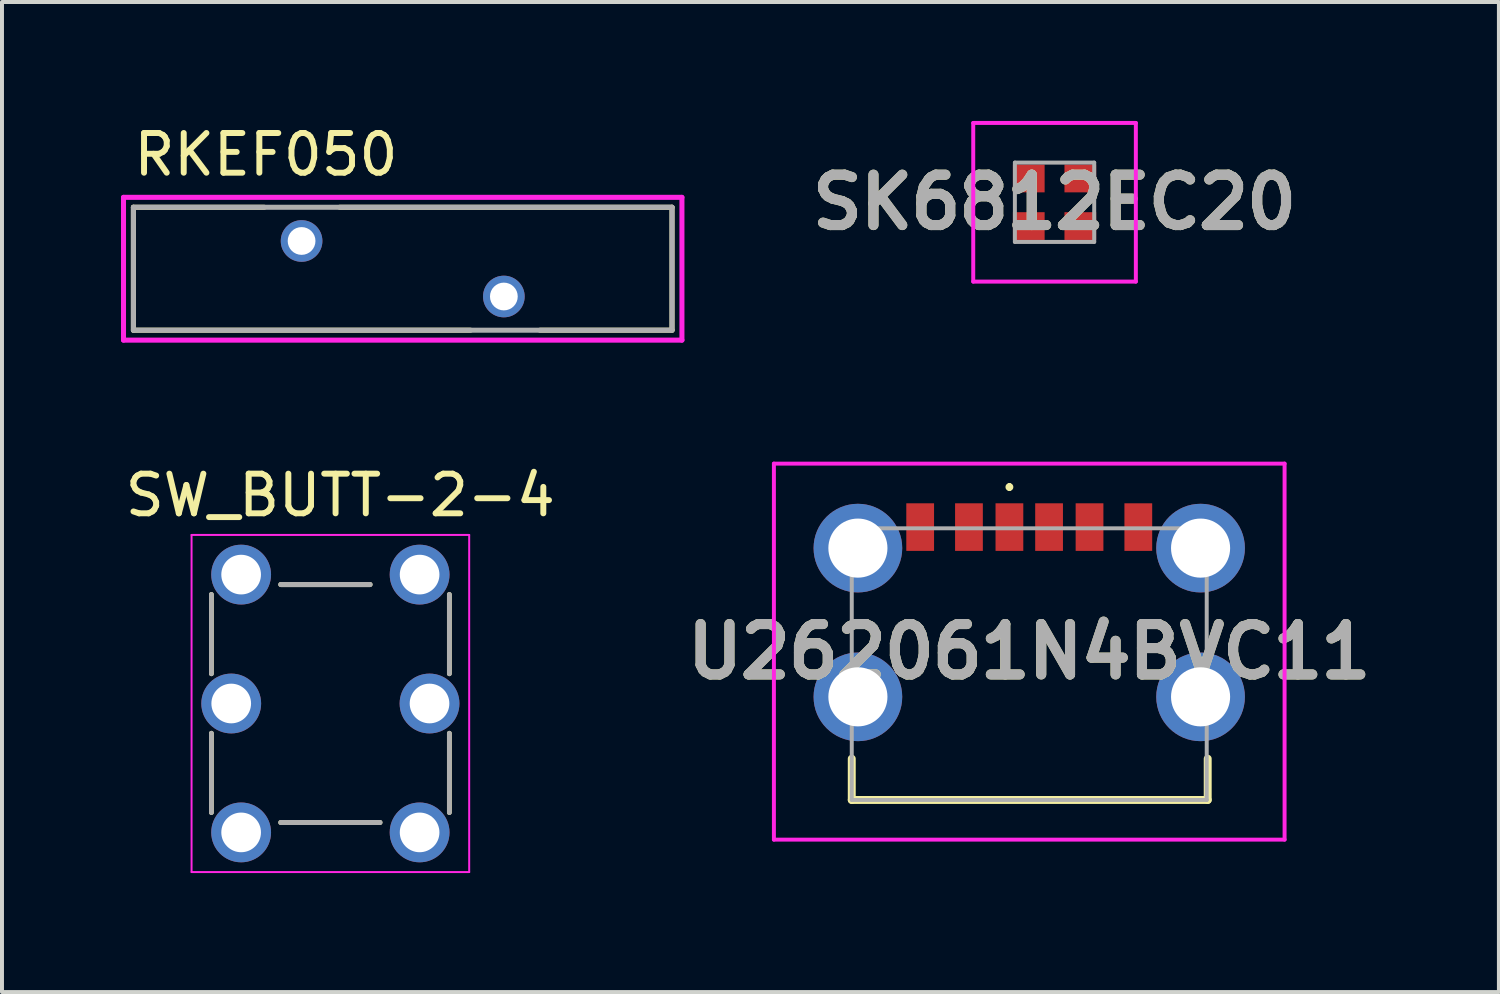
<source format=kicad_pcb>
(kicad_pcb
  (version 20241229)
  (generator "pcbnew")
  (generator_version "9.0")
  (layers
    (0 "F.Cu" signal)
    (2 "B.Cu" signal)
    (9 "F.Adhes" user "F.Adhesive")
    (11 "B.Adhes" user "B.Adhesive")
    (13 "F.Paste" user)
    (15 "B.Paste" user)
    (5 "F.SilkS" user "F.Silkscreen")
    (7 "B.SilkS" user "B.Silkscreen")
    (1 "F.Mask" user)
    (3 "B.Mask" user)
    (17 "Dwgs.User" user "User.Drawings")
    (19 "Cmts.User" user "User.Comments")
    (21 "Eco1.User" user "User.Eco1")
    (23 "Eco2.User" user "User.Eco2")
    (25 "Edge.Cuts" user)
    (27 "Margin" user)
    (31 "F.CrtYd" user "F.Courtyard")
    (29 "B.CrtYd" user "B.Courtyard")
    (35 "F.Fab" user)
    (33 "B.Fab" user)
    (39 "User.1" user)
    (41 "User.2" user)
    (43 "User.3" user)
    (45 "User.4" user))
  (footprint "U262061N4BVC11"
    (layer "F.Cu")
    (at 22.901 13.68)
    (property "Reference" "U262061N4BVC11" (at 0 -0.3 0) (layer "F.SilkS") (effects (font (size 1.27 1.27) (thickness 0.254))))
    (attr through_hole)
    (fp_line (start -4.475 2.4) (end -4.475 3.44) (stroke (width 0.2) (type solid)) (layer "F.SilkS"))
    (fp_line (start -4.475 3.44) (end 4.5 3.44) (stroke (width 0.2) (type solid)) (layer "F.SilkS"))
    (fp_line (start -0.5 -4.5) (end -0.5 -4.5) (stroke (width 0.1) (type solid)) (layer "F.SilkS"))
    (fp_line (start -0.5 -4.4) (end -0.5 -4.4) (stroke (width 0.1) (type solid)) (layer "F.SilkS"))
    (fp_line (start 4.5 3.44) (end 4.5 2.4) (stroke (width 0.2) (type solid)) (layer "F.SilkS"))
    (fp_arc (start -0.5 -4.5) (mid -0.45 -4.45) (end -0.5 -4.4) (stroke (width 0.1) (type solid)) (layer "F.SilkS"))
    (fp_arc (start -0.5 -4.4) (mid -0.55 -4.45) (end -0.5 -4.5) (stroke (width 0.1) (type solid)) (layer "F.SilkS"))
    (fp_line (start -6.438 -5.04) (end 6.438 -5.04) (stroke (width 0.1) (type solid)) (layer "F.CrtYd"))
    (fp_line (start -6.438 4.44) (end -6.438 -5.04) (stroke (width 0.1) (type solid)) (layer "F.CrtYd"))
    (fp_line (start 6.438 -5.04) (end 6.438 4.44) (stroke (width 0.1) (type solid)) (layer "F.CrtYd"))
    (fp_line (start 6.438 4.44) (end -6.438 4.44) (stroke (width 0.1) (type solid)) (layer "F.CrtYd"))
    (fp_line (start -4.475 -3.41) (end 4.475 -3.41) (stroke (width 0.1) (type solid)) (layer "F.Fab"))
    (fp_line (start -4.475 3.44) (end -4.475 -3.41) (stroke (width 0.1) (type solid)) (layer "F.Fab"))
    (fp_line (start 4.475 -3.41) (end 4.475 3.44) (stroke (width 0.1) (type solid)) (layer "F.Fab"))
    (fp_line (start 4.475 3.44) (end -4.475 3.44) (stroke (width 0.1) (type solid)) (layer "F.Fab"))
    (fp_text user "${REFERENCE}" (at 0 -0.3 0) (layer "F.Fab") (effects (font (size 1.27 1.27) (thickness 0.254))))
    (pad "A5" smd rect (at -0.5 -3.44) (size 0.7 1.2) (layers "F.Cu" "F.Mask" "F.Paste"))
    (pad "A9" smd rect (at 1.52 -3.44) (size 0.7 1.2) (layers "F.Cu" "F.Mask" "F.Paste"))
    (pad "A12" smd rect (at 2.75 -3.44) (size 0.7 1.2) (layers "F.Cu" "F.Mask" "F.Paste"))
    (pad "B5" smd rect (at -2.75 -3.44) (size 0.7 1.2) (layers "F.Cu" "F.Mask" "F.Paste"))
    (pad "B9" smd rect (at -1.52 -3.44) (size 0.7 1.2) (layers "F.Cu" "F.Mask" "F.Paste"))
    (pad "B12" smd rect (at 0.5 -3.44) (size 0.7 1.2) (layers "F.Cu" "F.Mask" "F.Paste"))
    (pad "MH1" thru_hole circle (at -4.32 -2.91) (size 2.235 2.235) (drill 1.49) (layers "*.Cu" "*.Mask"))
    (pad "MH2" thru_hole circle (at 4.32 -2.91) (size 2.235 2.235) (drill 1.49) (layers "*.Cu" "*.Mask"))
    (pad "MH3" thru_hole circle (at -4.32 0.84) (size 2.235 2.235) (drill 1.49) (layers "*.Cu" "*.Mask"))
    (pad "MH4" thru_hole circle (at 4.32 0.84) (size 2.235 2.235) (drill 1.49) (layers "*.Cu" "*.Mask")))
  (footprint "RKEF050"
    (layer "F.Cu")
    (at 7.104 3.726)
    (property "Reference" "RKEF050" (at -3.448 -2.877 0) (layer "F.SilkS") (effects (font (size 1.001 1.001) (thickness 0.15))))
    (attr through_hole)
    (fp_line (start -6.79 -1.55) (end -6.79 1.55) (stroke (width 0.127) (type solid)) (layer "F.SilkS"))
    (fp_line (start -6.79 -1.55) (end -3.49 -1.55) (stroke (width 0.127) (type solid)) (layer "F.SilkS"))
    (fp_line (start -6.79 1.55) (end 1.71 1.55) (stroke (width 0.127) (type solid)) (layer "F.SilkS"))
    (fp_line (start -1.59 -1.55) (end 6.79 -1.55) (stroke (width 0.127) (type solid)) (layer "F.SilkS"))
    (fp_line (start 3.46 1.55) (end 6.79 1.55) (stroke (width 0.127) (type solid)) (layer "F.SilkS"))
    (fp_line (start 6.79 -1.55) (end 6.79 1.55) (stroke (width 0.127) (type solid)) (layer "F.SilkS"))
    (fp_line (start -7.04 -1.8) (end 7.04 -1.8) (stroke (width 0.127) (type solid)) (layer "F.CrtYd"))
    (fp_line (start -7.04 1.8) (end -7.04 -1.8) (stroke (width 0.127) (type solid)) (layer "F.CrtYd"))
    (fp_line (start 7.04 -1.8) (end 7.04 1.8) (stroke (width 0.127) (type solid)) (layer "F.CrtYd"))
    (fp_line (start 7.04 1.8) (end -7.04 1.8) (stroke (width 0.127) (type solid)) (layer "F.CrtYd"))
    (fp_line (start -6.79 -1.55) (end -6.79 1.55) (stroke (width 0.127) (type solid)) (layer "F.Fab"))
    (fp_line (start -6.79 1.55) (end 6.79 1.55) (stroke (width 0.127) (type solid)) (layer "F.Fab"))
    (fp_line (start 6.79 -1.55) (end -6.79 -1.55) (stroke (width 0.127) (type solid)) (layer "F.Fab"))
    (fp_line (start 6.79 -1.55) (end 6.79 1.55) (stroke (width 0.127) (type solid)) (layer "F.Fab"))
    (pad "1" thru_hole circle (at -2.55 -0.7) (size 1.05 1.05) (drill 0.7) (layers "*.Cu" "*.Mask"))
    (pad "2" thru_hole circle (at 2.55 0.7) (size 1.05 1.05) (drill 0.7) (layers "*.Cu" "*.Mask")))
  (footprint "SW_BUTT-2-4"
    (layer "F.Cu")
    (at 5.28 14.688)
    (property "Reference" "SW_BUTT-2-4" (at 0.25 -5.25 0) (layer "F.SilkS") (effects (font (size 1 1) (thickness 0.15))))
    (attr through_hole)
    (fp_line (start -3 -2.75) (end -3 -0.75) (stroke (width 0.12) (type solid)) (layer "F.SilkS"))
    (fp_line (start -3 0.75) (end -3 2.75) (stroke (width 0.12) (type solid)) (layer "F.SilkS"))
    (fp_line (start -1.25 -3) (end 1 -3) (stroke (width 0.127) (type solid)) (layer "F.SilkS"))
    (fp_line (start 1.25 3) (end -1.25 3) (stroke (width 0.127) (type solid)) (layer "F.SilkS"))
    (fp_line (start 3 -2.75) (end 3 -0.75) (stroke (width 0.12) (type solid)) (layer "F.SilkS"))
    (fp_line (start 3 0.75) (end 3 2.75) (stroke (width 0.12) (type solid)) (layer "F.SilkS"))
    (fp_line (start -3.5 -4.25) (end 3.5 -4.25) (stroke (width 0.05) (type solid)) (layer "F.CrtYd"))
    (fp_line (start -3.5 4.25) (end -3.5 -4.25) (stroke (width 0.05) (type solid)) (layer "F.CrtYd"))
    (fp_line (start 3.5 -4.25) (end 3.5 4.25) (stroke (width 0.05) (type solid)) (layer "F.CrtYd"))
    (fp_line (start 3.5 4.25) (end -3.5 4.25) (stroke (width 0.05) (type solid)) (layer "F.CrtYd"))
    (fp_line (start -3 -2.75) (end -3 -0.75) (stroke (width 0.12) (type solid)) (layer "F.Fab"))
    (fp_line (start -3 0.75) (end -3 2.75) (stroke (width 0.12) (type solid)) (layer "F.Fab"))
    (fp_line (start -1.25 3) (end 1.25 3) (stroke (width 0.127) (type solid)) (layer "F.Fab"))
    (fp_line (start 1 -3) (end -1.25 -3) (stroke (width 0.127) (type solid)) (layer "F.Fab"))
    (fp_line (start 3 -2.75) (end 3 -0.75) (stroke (width 0.12) (type solid)) (layer "F.Fab"))
    (fp_line (start 3 0.75) (end 3 2.75) (stroke (width 0.12) (type solid)) (layer "F.Fab"))
    (pad "1" thru_hole circle (at -2.5 0) (size 1.508 1.508) (drill 1) (layers "*.Cu" "*.Mask"))
    (pad "1" thru_hole circle (at -2.25 -3.25 90) (size 1.508 1.508) (drill 1) (layers "*.Cu" "*.Mask"))
    (pad "1" thru_hole circle (at -2.25 3.25 90) (size 1.508 1.508) (drill 1) (layers "*.Cu" "*.Mask"))
    (pad "2" thru_hole circle (at 2.25 -3.25 90) (size 1.508 1.508) (drill 1) (layers "*.Cu" "*.Mask"))
    (pad "2" thru_hole circle (at 2.25 3.25 90) (size 1.508 1.508) (drill 1) (layers "*.Cu" "*.Mask"))
    (pad "2" thru_hole circle (at 2.5 0) (size 1.508 1.508) (drill 1) (layers "*.Cu" "*.Mask")))
  (footprint "SK6812EC20"
    (layer "F.Cu")
    (at 23.539 2.05)
    (property "Reference" "SK6812EC20" (at 0 0 0) (layer "F.SilkS") (effects (font (size 1.27 1.27) (thickness 0.254))))
    (attr smd)
    (fp_line (start 1.5 0.6) (end 1.5 0.6) (stroke (width 0.1) (type solid)) (layer "F.SilkS"))
    (fp_line (start 1.6 0.6) (end 1.6 0.6) (stroke (width 0.1) (type solid)) (layer "F.SilkS"))
    (fp_arc (start 1.5 0.6) (mid 1.55 0.55) (end 1.6 0.6) (stroke (width 0.1) (type solid)) (layer "F.SilkS"))
    (fp_arc (start 1.6 0.6) (mid 1.55 0.65) (end 1.5 0.6) (stroke (width 0.1) (type solid)) (layer "F.SilkS"))
    (fp_line (start -2.05 -2) (end 2.05 -2) (stroke (width 0.1) (type solid)) (layer "F.CrtYd"))
    (fp_line (start -2.05 2) (end -2.05 -2) (stroke (width 0.1) (type solid)) (layer "F.CrtYd"))
    (fp_line (start 2.05 -2) (end 2.05 2) (stroke (width 0.1) (type solid)) (layer "F.CrtYd"))
    (fp_line (start 2.05 2) (end -2.05 2) (stroke (width 0.1) (type solid)) (layer "F.CrtYd"))
    (fp_line (start -1 -1) (end 1 -1) (stroke (width 0.1) (type solid)) (layer "F.Fab"))
    (fp_line (start -1 1) (end -1 -1) (stroke (width 0.1) (type solid)) (layer "F.Fab"))
    (fp_line (start 1 -1) (end 1 1) (stroke (width 0.1) (type solid)) (layer "F.Fab"))
    (fp_line (start 1 1) (end -1 1) (stroke (width 0.1) (type solid)) (layer "F.Fab"))
    (fp_text user "${REFERENCE}" (at 0 0 0) (layer "F.Fab") (effects (font (size 1.27 1.27) (thickness 0.254))))
    (pad "1" smd rect (at 0.65 0.6 90) (size 0.7 0.8) (layers "F.Cu" "F.Mask" "F.Paste"))
    (pad "2" smd rect (at 0.65 -0.6 90) (size 0.7 0.8) (layers "F.Cu" "F.Mask" "F.Paste"))
    (pad "3" smd rect (at -0.65 -0.6 90) (size 0.7 0.8) (layers "F.Cu" "F.Mask" "F.Paste"))
    (pad "4" smd rect (at -0.65 0.6 90) (size 0.7 0.8) (layers "F.Cu" "F.Mask" "F.Paste")))
  (gr_rect
    (start -3 -3)
    (end 34.743 21.963)
    (stroke (width 0.1) (type default))
    (fill no)
    (layer "Edge.Cuts")))
</source>
